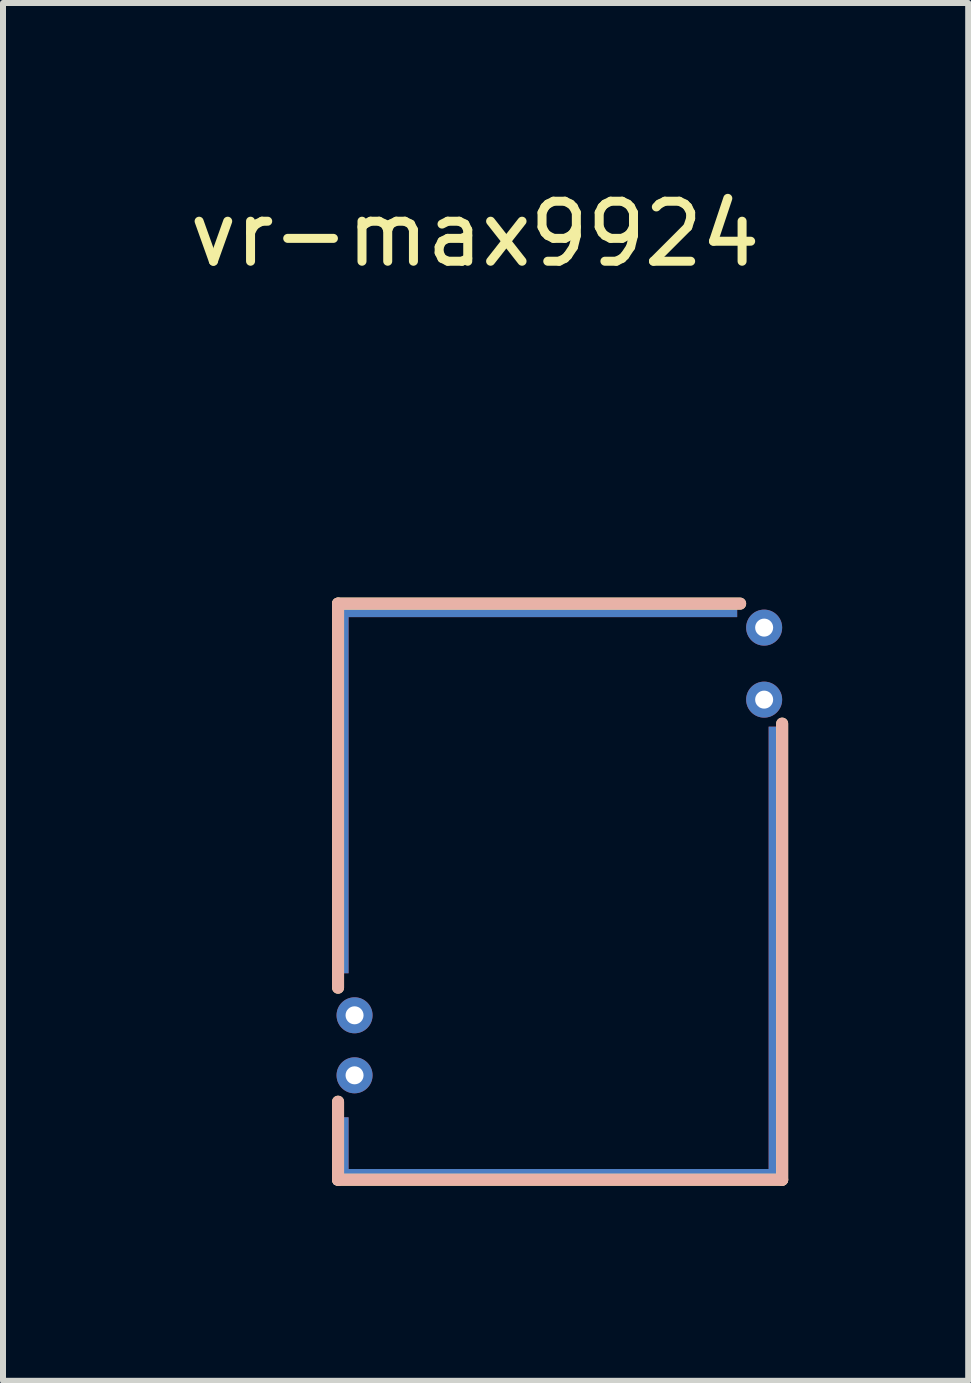
<source format=kicad_pcb>
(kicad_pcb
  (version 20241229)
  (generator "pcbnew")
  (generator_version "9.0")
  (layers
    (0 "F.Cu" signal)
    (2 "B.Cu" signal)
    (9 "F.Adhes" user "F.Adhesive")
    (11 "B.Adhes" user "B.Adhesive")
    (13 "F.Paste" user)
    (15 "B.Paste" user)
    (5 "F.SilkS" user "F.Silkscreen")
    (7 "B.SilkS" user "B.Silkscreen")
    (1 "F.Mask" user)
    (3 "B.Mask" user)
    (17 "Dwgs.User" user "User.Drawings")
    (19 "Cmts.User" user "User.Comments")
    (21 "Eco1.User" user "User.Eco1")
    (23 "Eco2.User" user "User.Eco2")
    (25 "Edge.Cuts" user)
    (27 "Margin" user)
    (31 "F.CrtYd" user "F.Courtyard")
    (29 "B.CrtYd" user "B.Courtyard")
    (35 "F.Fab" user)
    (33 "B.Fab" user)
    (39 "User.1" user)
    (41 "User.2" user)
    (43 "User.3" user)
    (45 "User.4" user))
  (footprint "vr-max9924"
    (layer "F.Cu")
    (at 2.483 16.708)
    (property "Reference" "vr-max9924" (at 2.38 -15.86 0) (unlocked yes) (layer "F.SilkS") (effects (font (size 1 1) (thickness 0.15))))
    (fp_line (start 0.1 -9.7) (end 0.1 -3.3) (stroke (width 0.2) (type solid)) (layer "F.SilkS"))
    (fp_line (start 0.1 -0.1) (end 0.1 -1.4) (stroke (width 0.2) (type solid)) (layer "F.SilkS"))
    (fp_line (start 0.1 -0.1) (end 7.5 -0.1) (stroke (width 0.2) (type solid)) (layer "F.SilkS"))
    (fp_line (start 6.8 -9.7) (end 0.1 -9.7) (stroke (width 0.2) (type solid)) (layer "F.SilkS"))
    (fp_line (start 7.5 -0.1) (end 7.5 -7.7) (stroke (width 0.2) (type solid)) (layer "F.SilkS"))
    (fp_line (start 0.1 -9.7) (end 0.1 -3.3) (stroke (width 0.2) (type solid)) (layer "B.SilkS"))
    (fp_line (start 0.1 -0.1) (end 0.1 -1.4) (stroke (width 0.2) (type solid)) (layer "B.SilkS"))
    (fp_line (start 0.1 -0.1) (end 7.5 -0.1) (stroke (width 0.2) (type solid)) (layer "B.SilkS"))
    (fp_line (start 6.8 -9.7) (end 0.1 -9.7) (stroke (width 0.2) (type solid)) (layer "B.SilkS"))
    (fp_line (start 7.5 -0.1) (end 7.5 -7.7) (stroke (width 0.2) (type solid)) (layer "B.SilkS"))
    (pad "E3" thru_hole circle (at 7.2 -8.1 180) (size 0.6 0.6) (drill 0.3) (layers "*.Cu" "*.Mask"))
    (pad "E4" thru_hole circle (at 7.2 -9.3 180) (size 0.6 0.6) (drill 0.3) (layers "*.Cu" "*.Mask"))
    (pad "G" smd rect (at 0.15 -6.633) (size 0.25 6.185) (layers "F.Cu"))
    (pad "G" smd rect (at 0.15 -6.633) (size 0.25 6.185) (layers "B.Cu"))
    (pad "G" smd rect (at 0.15 -6.633) (size 0.25 6.185) (layers "In1.Cu"))
    (pad "G" smd rect (at 0.15 -6.633) (size 0.25 6.185) (layers "In2.Cu"))
    (pad "G" smd rect (at 0.15 -0.583) (size 0.25 1.115) (layers "F.Cu"))
    (pad "G" smd rect (at 0.15 -0.583) (size 0.25 1.115) (layers "B.Cu"))
    (pad "G" smd rect (at 0.15 -0.583) (size 0.25 1.115) (layers "In1.Cu"))
    (pad "G" smd rect (at 0.15 -0.583) (size 0.25 1.115) (layers "In2.Cu"))
    (pad "G" smd rect (at 3.388 -9.6 90) (size 0.25 6.725) (layers "F.Cu"))
    (pad "G" smd rect (at 3.388 -9.6 90) (size 0.25 6.725) (layers "B.Cu"))
    (pad "G" smd rect (at 3.388 -9.6 90) (size 0.25 6.725) (layers "In1.Cu"))
    (pad "G" smd rect (at 3.388 -9.6 90) (size 0.25 6.725) (layers "In2.Cu"))
    (pad "G" smd rect (at 3.775 -0.15 90) (size 0.25 7.5) (layers "F.Cu"))
    (pad "G" smd rect (at 3.775 -0.15 90) (size 0.25 7.5) (layers "B.Cu"))
    (pad "G" smd rect (at 3.775 -0.15 90) (size 0.25 7.5) (layers "B.Cu"))
    (pad "G" smd rect (at 3.775 -0.15 90) (size 0.25 7.5) (layers "B.Cu"))
    (pad "G" smd rect (at 7.4 -3.837) (size 0.25 7.625) (layers "F.Cu"))
    (pad "G" smd rect (at 7.4 -3.837) (size 0.25 7.625) (layers "B.Cu"))
    (pad "G" smd rect (at 7.4 -3.837) (size 0.25 7.625) (layers "In1.Cu"))
    (pad "G" smd rect (at 7.4 -3.837) (size 0.25 7.625) (layers "In2.Cu"))
    (pad "W1" thru_hole circle (at 0.375 -2.84 180) (size 0.6 0.6) (drill 0.3) (layers "*.Cu" "*.Mask"))
    (pad "W2" thru_hole circle (at 0.375 -1.84 180) (size 0.6 0.6) (drill 0.3) (layers "*.Cu" "*.Mask"))
    (zone (net_name "") (layers "F.Cu" "B.Cu") (hatch edge 0.508) (connect_pads) (min_thickness 0.254) (filled_areas_thickness no) (keepout (tracks allowed) (vias allowed) (pads allowed) (copperpour not_allowed) (footprints allowed)) (placement (enabled no)) (fill) (polygon (pts (xy 9.883 16.508) (xy 2.583 16.508) (xy 2.583 7.108) (xy 9.883 7.108)))))
  (gr_rect
    (start -3 -3)
    (end 13.083 19.958)
    (stroke (width 0.1) (type default))
    (fill no)
    (layer "Edge.Cuts")))
</source>
